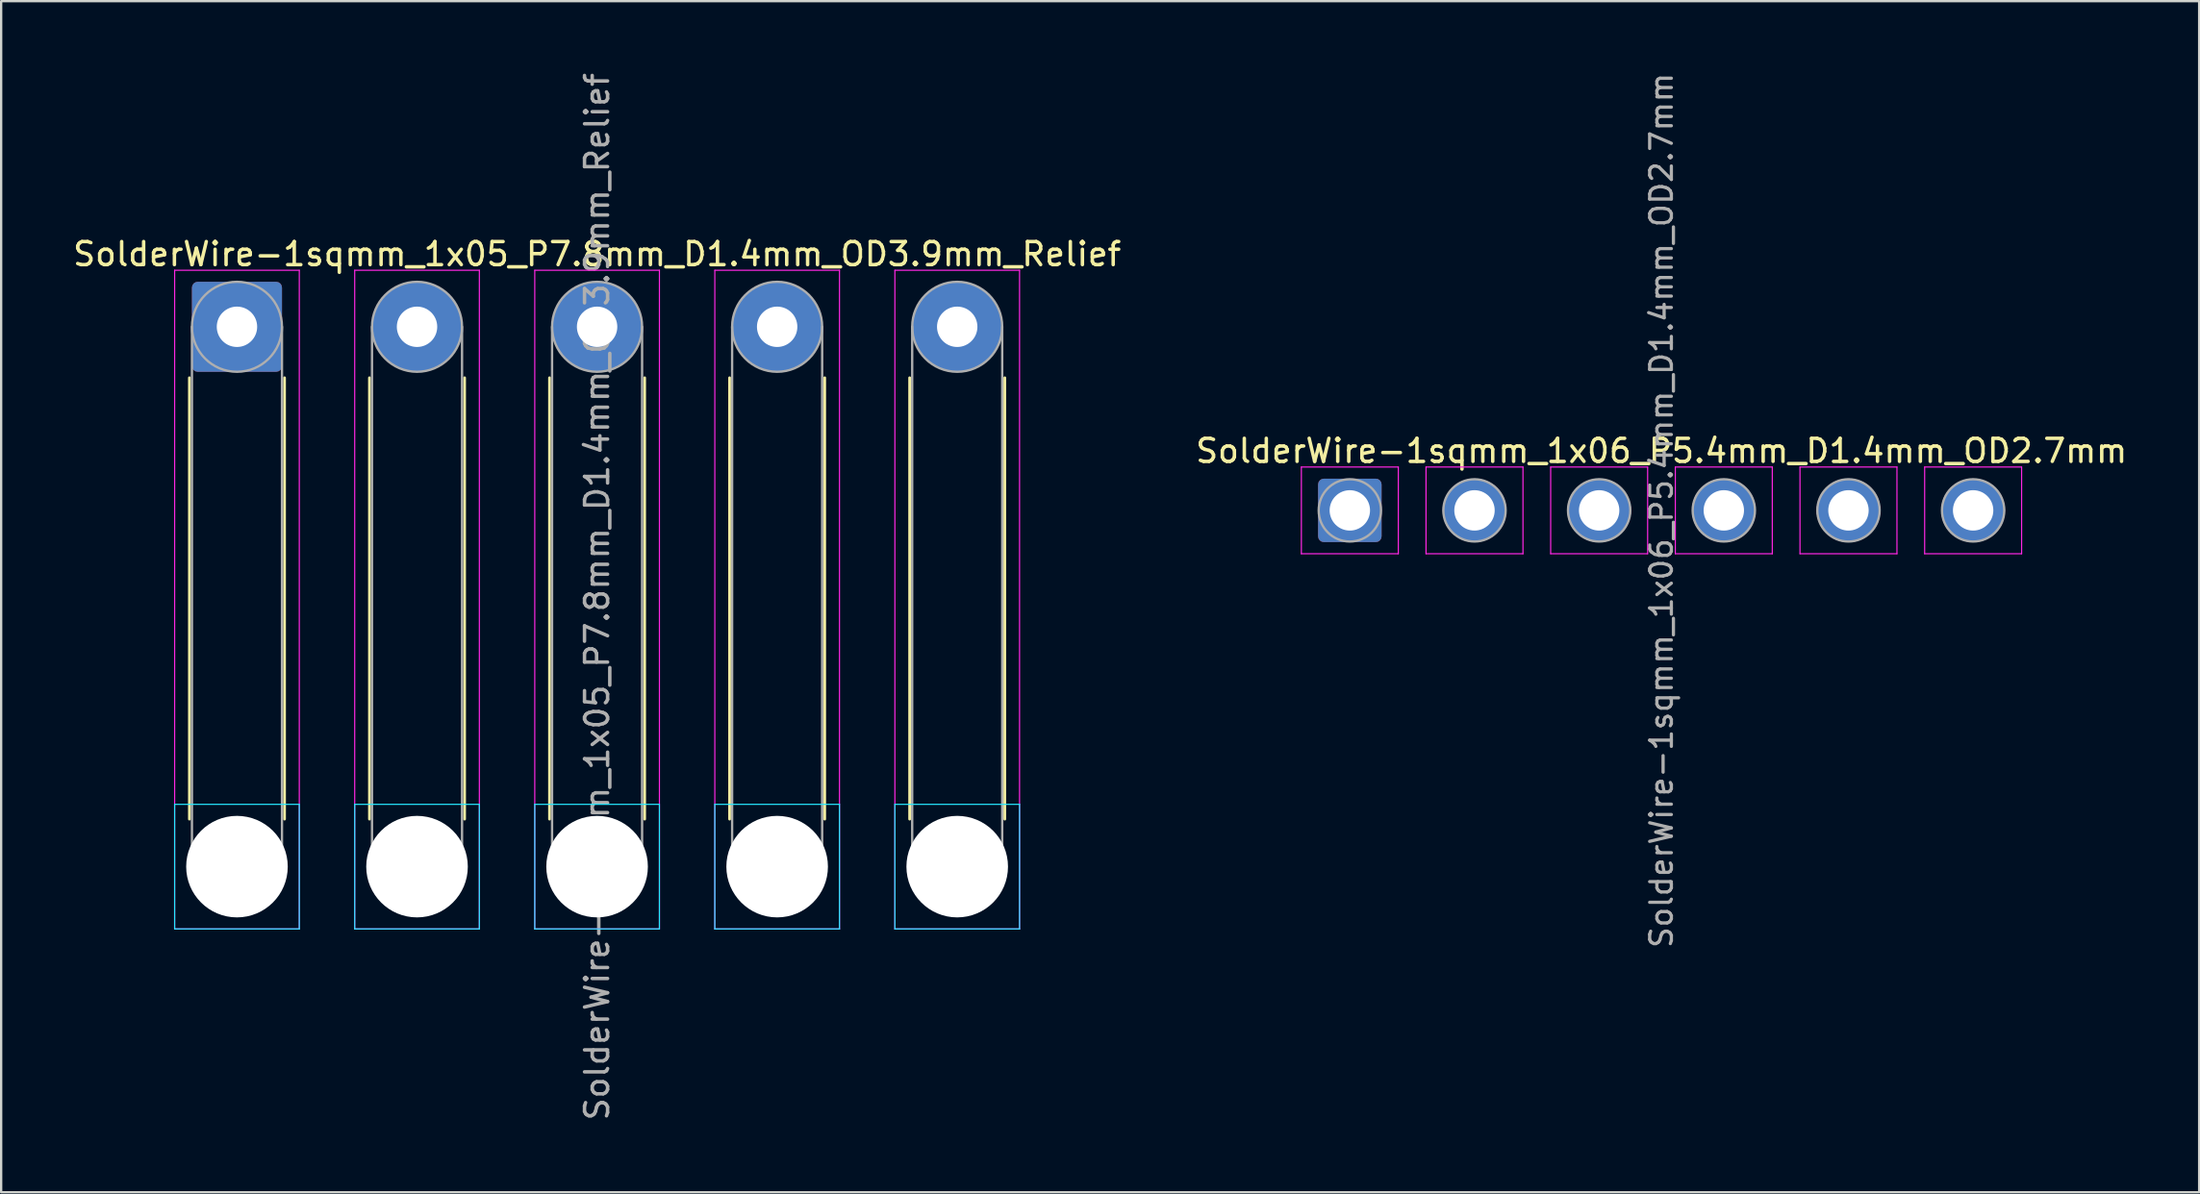
<source format=kicad_pcb>
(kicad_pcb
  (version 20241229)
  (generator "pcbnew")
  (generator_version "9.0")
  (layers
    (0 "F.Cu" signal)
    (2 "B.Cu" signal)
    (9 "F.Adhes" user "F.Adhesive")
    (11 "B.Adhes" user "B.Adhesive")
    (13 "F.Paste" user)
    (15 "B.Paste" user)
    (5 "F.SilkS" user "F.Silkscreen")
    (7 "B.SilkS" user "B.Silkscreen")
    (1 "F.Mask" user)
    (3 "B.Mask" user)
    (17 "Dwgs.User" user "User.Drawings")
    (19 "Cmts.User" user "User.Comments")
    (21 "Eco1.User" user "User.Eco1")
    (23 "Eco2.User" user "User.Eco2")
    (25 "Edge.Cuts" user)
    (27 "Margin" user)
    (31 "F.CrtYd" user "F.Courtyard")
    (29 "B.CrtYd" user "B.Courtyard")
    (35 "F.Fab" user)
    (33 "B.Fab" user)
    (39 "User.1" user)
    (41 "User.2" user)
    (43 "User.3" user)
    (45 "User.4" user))
  (footprint "SolderWire-1sqmm_1x05_P7.8mm_D1.4mm_OD3.9mm_Relief"
    (layer "F.Cu")
    (at 7.215 11.115)
    (property "Reference" "SolderWire-1sqmm_1x05_P7.8mm_D1.4mm_OD3.9mm_Relief" (at 15.6 -3.15 0) (layer "F.SilkS") (effects (font (size 1 1) (thickness 0.15))))
    (attr exclude_from_pos_files exclude_from_bom)
    (fp_line (start -2.06 2.21) (end -2.06 21.34) (stroke (width 0.12) (type solid)) (layer "F.SilkS"))
    (fp_line (start 2.06 2.21) (end 2.06 21.34) (stroke (width 0.12) (type solid)) (layer "F.SilkS"))
    (fp_line (start 5.74 2.21) (end 5.74 21.34) (stroke (width 0.12) (type solid)) (layer "F.SilkS"))
    (fp_line (start 9.86 2.21) (end 9.86 21.34) (stroke (width 0.12) (type solid)) (layer "F.SilkS"))
    (fp_line (start 13.54 2.21) (end 13.54 21.34) (stroke (width 0.12) (type solid)) (layer "F.SilkS"))
    (fp_line (start 17.66 2.21) (end 17.66 21.34) (stroke (width 0.12) (type solid)) (layer "F.SilkS"))
    (fp_line (start 21.34 2.21) (end 21.34 21.34) (stroke (width 0.12) (type solid)) (layer "F.SilkS"))
    (fp_line (start 25.46 2.21) (end 25.46 21.34) (stroke (width 0.12) (type solid)) (layer "F.SilkS"))
    (fp_line (start 29.14 2.21) (end 29.14 21.34) (stroke (width 0.12) (type solid)) (layer "F.SilkS"))
    (fp_line (start 33.26 2.21) (end 33.26 21.34) (stroke (width 0.12) (type solid)) (layer "F.SilkS"))
    (fp_line (start -2.7 20.7) (end -2.7 26.1) (stroke (width 0.05) (type solid)) (layer "B.CrtYd"))
    (fp_line (start -2.7 26.1) (end 2.7 26.1) (stroke (width 0.05) (type solid)) (layer "B.CrtYd"))
    (fp_line (start 2.7 20.7) (end -2.7 20.7) (stroke (width 0.05) (type solid)) (layer "B.CrtYd"))
    (fp_line (start 2.7 26.1) (end 2.7 20.7) (stroke (width 0.05) (type solid)) (layer "B.CrtYd"))
    (fp_line (start 5.1 20.7) (end 5.1 26.1) (stroke (width 0.05) (type solid)) (layer "B.CrtYd"))
    (fp_line (start 5.1 26.1) (end 10.5 26.1) (stroke (width 0.05) (type solid)) (layer "B.CrtYd"))
    (fp_line (start 10.5 20.7) (end 5.1 20.7) (stroke (width 0.05) (type solid)) (layer "B.CrtYd"))
    (fp_line (start 10.5 26.1) (end 10.5 20.7) (stroke (width 0.05) (type solid)) (layer "B.CrtYd"))
    (fp_line (start 12.9 20.7) (end 12.9 26.1) (stroke (width 0.05) (type solid)) (layer "B.CrtYd"))
    (fp_line (start 12.9 26.1) (end 18.3 26.1) (stroke (width 0.05) (type solid)) (layer "B.CrtYd"))
    (fp_line (start 18.3 20.7) (end 12.9 20.7) (stroke (width 0.05) (type solid)) (layer "B.CrtYd"))
    (fp_line (start 18.3 26.1) (end 18.3 20.7) (stroke (width 0.05) (type solid)) (layer "B.CrtYd"))
    (fp_line (start 20.7 20.7) (end 20.7 26.1) (stroke (width 0.05) (type solid)) (layer "B.CrtYd"))
    (fp_line (start 20.7 26.1) (end 26.1 26.1) (stroke (width 0.05) (type solid)) (layer "B.CrtYd"))
    (fp_line (start 26.1 20.7) (end 20.7 20.7) (stroke (width 0.05) (type solid)) (layer "B.CrtYd"))
    (fp_line (start 26.1 26.1) (end 26.1 20.7) (stroke (width 0.05) (type solid)) (layer "B.CrtYd"))
    (fp_line (start 28.5 20.7) (end 28.5 26.1) (stroke (width 0.05) (type solid)) (layer "B.CrtYd"))
    (fp_line (start 28.5 26.1) (end 33.9 26.1) (stroke (width 0.05) (type solid)) (layer "B.CrtYd"))
    (fp_line (start 33.9 20.7) (end 28.5 20.7) (stroke (width 0.05) (type solid)) (layer "B.CrtYd"))
    (fp_line (start 33.9 26.1) (end 33.9 20.7) (stroke (width 0.05) (type solid)) (layer "B.CrtYd"))
    (fp_line (start -2.7 -2.45) (end -2.7 26.1) (stroke (width 0.05) (type solid)) (layer "F.CrtYd"))
    (fp_line (start -2.7 26.1) (end 2.7 26.1) (stroke (width 0.05) (type solid)) (layer "F.CrtYd"))
    (fp_line (start 2.7 -2.45) (end -2.7 -2.45) (stroke (width 0.05) (type solid)) (layer "F.CrtYd"))
    (fp_line (start 2.7 26.1) (end 2.7 -2.45) (stroke (width 0.05) (type solid)) (layer "F.CrtYd"))
    (fp_line (start 5.1 -2.45) (end 5.1 26.1) (stroke (width 0.05) (type solid)) (layer "F.CrtYd"))
    (fp_line (start 5.1 26.1) (end 10.5 26.1) (stroke (width 0.05) (type solid)) (layer "F.CrtYd"))
    (fp_line (start 10.5 -2.45) (end 5.1 -2.45) (stroke (width 0.05) (type solid)) (layer "F.CrtYd"))
    (fp_line (start 10.5 26.1) (end 10.5 -2.45) (stroke (width 0.05) (type solid)) (layer "F.CrtYd"))
    (fp_line (start 12.9 -2.45) (end 12.9 26.1) (stroke (width 0.05) (type solid)) (layer "F.CrtYd"))
    (fp_line (start 12.9 26.1) (end 18.3 26.1) (stroke (width 0.05) (type solid)) (layer "F.CrtYd"))
    (fp_line (start 18.3 -2.45) (end 12.9 -2.45) (stroke (width 0.05) (type solid)) (layer "F.CrtYd"))
    (fp_line (start 18.3 26.1) (end 18.3 -2.45) (stroke (width 0.05) (type solid)) (layer "F.CrtYd"))
    (fp_line (start 20.7 -2.45) (end 20.7 26.1) (stroke (width 0.05) (type solid)) (layer "F.CrtYd"))
    (fp_line (start 20.7 26.1) (end 26.1 26.1) (stroke (width 0.05) (type solid)) (layer "F.CrtYd"))
    (fp_line (start 26.1 -2.45) (end 20.7 -2.45) (stroke (width 0.05) (type solid)) (layer "F.CrtYd"))
    (fp_line (start 26.1 26.1) (end 26.1 -2.45) (stroke (width 0.05) (type solid)) (layer "F.CrtYd"))
    (fp_line (start 28.5 -2.45) (end 28.5 26.1) (stroke (width 0.05) (type solid)) (layer "F.CrtYd"))
    (fp_line (start 28.5 26.1) (end 33.9 26.1) (stroke (width 0.05) (type solid)) (layer "F.CrtYd"))
    (fp_line (start 33.9 -2.45) (end 28.5 -2.45) (stroke (width 0.05) (type solid)) (layer "F.CrtYd"))
    (fp_line (start 33.9 26.1) (end 33.9 -2.45) (stroke (width 0.05) (type solid)) (layer "F.CrtYd"))
    (fp_line (start -1.95 0) (end -1.95 23.4) (stroke (width 0.1) (type solid)) (layer "F.Fab"))
    (fp_line (start 1.95 0) (end 1.95 23.4) (stroke (width 0.1) (type solid)) (layer "F.Fab"))
    (fp_line (start 5.85 0) (end 5.85 23.4) (stroke (width 0.1) (type solid)) (layer "F.Fab"))
    (fp_line (start 9.75 0) (end 9.75 23.4) (stroke (width 0.1) (type solid)) (layer "F.Fab"))
    (fp_line (start 13.65 0) (end 13.65 23.4) (stroke (width 0.1) (type solid)) (layer "F.Fab"))
    (fp_line (start 17.55 0) (end 17.55 23.4) (stroke (width 0.1) (type solid)) (layer "F.Fab"))
    (fp_line (start 21.45 0) (end 21.45 23.4) (stroke (width 0.1) (type solid)) (layer "F.Fab"))
    (fp_line (start 25.35 0) (end 25.35 23.4) (stroke (width 0.1) (type solid)) (layer "F.Fab"))
    (fp_line (start 29.25 0) (end 29.25 23.4) (stroke (width 0.1) (type solid)) (layer "F.Fab"))
    (fp_line (start 33.15 0) (end 33.15 23.4) (stroke (width 0.1) (type solid)) (layer "F.Fab"))
    (fp_circle (center 0 0) (end 1.95 0) (stroke (width 0.1) (type solid)) (fill no) (layer "F.Fab"))
    (fp_circle (center 0 23.4) (end 1.95 23.4) (stroke (width 0.1) (type solid)) (fill no) (layer "F.Fab"))
    (fp_circle (center 7.8 0) (end 9.75 0) (stroke (width 0.1) (type solid)) (fill no) (layer "F.Fab"))
    (fp_circle (center 7.8 23.4) (end 9.75 23.4) (stroke (width 0.1) (type solid)) (fill no) (layer "F.Fab"))
    (fp_circle (center 15.6 0) (end 17.55 0) (stroke (width 0.1) (type solid)) (fill no) (layer "F.Fab"))
    (fp_circle (center 15.6 23.4) (end 17.55 23.4) (stroke (width 0.1) (type solid)) (fill no) (layer "F.Fab"))
    (fp_circle (center 23.4 0) (end 25.35 0) (stroke (width 0.1) (type solid)) (fill no) (layer "F.Fab"))
    (fp_circle (center 23.4 23.4) (end 25.35 23.4) (stroke (width 0.1) (type solid)) (fill no) (layer "F.Fab"))
    (fp_circle (center 31.2 0) (end 33.15 0) (stroke (width 0.1) (type solid)) (fill no) (layer "F.Fab"))
    (fp_circle (center 31.2 23.4) (end 33.15 23.4) (stroke (width 0.1) (type solid)) (fill no) (layer "F.Fab"))
    (fp_text user "${REFERENCE}" (at 15.6 11.7 90) (layer "F.Fab") (effects (font (size 1 1) (thickness 0.15))))
    (pad "" np_thru_hole circle (at 0 23.4) (size 4.4 4.4) (drill 4.4) (layers "*.Cu" "*.Mask"))
    (pad "" np_thru_hole circle (at 7.8 23.4) (size 4.4 4.4) (drill 4.4) (layers "*.Cu" "*.Mask"))
    (pad "" np_thru_hole circle (at 15.6 23.4) (size 4.4 4.4) (drill 4.4) (layers "*.Cu" "*.Mask"))
    (pad "" np_thru_hole circle (at 23.4 23.4) (size 4.4 4.4) (drill 4.4) (layers "*.Cu" "*.Mask"))
    (pad "" np_thru_hole circle (at 31.2 23.4) (size 4.4 4.4) (drill 4.4) (layers "*.Cu" "*.Mask"))
    (pad "1" thru_hole roundrect (at 0 0) (size 3.9 3.9) (drill 1.75) (layers "*.Cu" "*.Mask") (roundrect_rratio 0.064))
    (pad "2" thru_hole circle (at 7.8 0) (size 3.9 3.9) (drill 1.75) (layers "*.Cu" "*.Mask"))
    (pad "3" thru_hole circle (at 15.6 0) (size 3.9 3.9) (drill 1.75) (layers "*.Cu" "*.Mask"))
    (pad "4" thru_hole circle (at 23.4 0) (size 3.9 3.9) (drill 1.75) (layers "*.Cu" "*.Mask"))
    (pad "5" thru_hole circle (at 31.2 0) (size 3.9 3.9) (drill 1.75) (layers "*.Cu" "*.Mask")))
  (footprint "SolderWire-1sqmm_1x06_P5.4mm_D1.4mm_OD2.7mm"
    (layer "F.Cu")
    (at 55.423 19.073)
    (property "Reference" "SolderWire-1sqmm_1x06_P5.4mm_D1.4mm_OD2.7mm" (at 13.5 -2.58 0) (layer "F.SilkS") (effects (font (size 1 1) (thickness 0.15))))
    (attr exclude_from_pos_files exclude_from_bom)
    (fp_line (start -2.1 -1.88) (end -2.1 1.88) (stroke (width 0.05) (type solid)) (layer "F.CrtYd"))
    (fp_line (start -2.1 1.88) (end 2.1 1.88) (stroke (width 0.05) (type solid)) (layer "F.CrtYd"))
    (fp_line (start 2.1 -1.88) (end -2.1 -1.88) (stroke (width 0.05) (type solid)) (layer "F.CrtYd"))
    (fp_line (start 2.1 1.88) (end 2.1 -1.88) (stroke (width 0.05) (type solid)) (layer "F.CrtYd"))
    (fp_line (start 3.3 -1.88) (end 3.3 1.88) (stroke (width 0.05) (type solid)) (layer "F.CrtYd"))
    (fp_line (start 3.3 1.88) (end 7.5 1.88) (stroke (width 0.05) (type solid)) (layer "F.CrtYd"))
    (fp_line (start 7.5 -1.88) (end 3.3 -1.88) (stroke (width 0.05) (type solid)) (layer "F.CrtYd"))
    (fp_line (start 7.5 1.88) (end 7.5 -1.88) (stroke (width 0.05) (type solid)) (layer "F.CrtYd"))
    (fp_line (start 8.7 -1.88) (end 8.7 1.88) (stroke (width 0.05) (type solid)) (layer "F.CrtYd"))
    (fp_line (start 8.7 1.88) (end 12.9 1.88) (stroke (width 0.05) (type solid)) (layer "F.CrtYd"))
    (fp_line (start 12.9 -1.88) (end 8.7 -1.88) (stroke (width 0.05) (type solid)) (layer "F.CrtYd"))
    (fp_line (start 12.9 1.88) (end 12.9 -1.88) (stroke (width 0.05) (type solid)) (layer "F.CrtYd"))
    (fp_line (start 14.1 -1.88) (end 14.1 1.88) (stroke (width 0.05) (type solid)) (layer "F.CrtYd"))
    (fp_line (start 14.1 1.88) (end 18.3 1.88) (stroke (width 0.05) (type solid)) (layer "F.CrtYd"))
    (fp_line (start 18.3 -1.88) (end 14.1 -1.88) (stroke (width 0.05) (type solid)) (layer "F.CrtYd"))
    (fp_line (start 18.3 1.88) (end 18.3 -1.88) (stroke (width 0.05) (type solid)) (layer "F.CrtYd"))
    (fp_line (start 19.5 -1.88) (end 19.5 1.88) (stroke (width 0.05) (type solid)) (layer "F.CrtYd"))
    (fp_line (start 19.5 1.88) (end 23.7 1.88) (stroke (width 0.05) (type solid)) (layer "F.CrtYd"))
    (fp_line (start 23.7 -1.88) (end 19.5 -1.88) (stroke (width 0.05) (type solid)) (layer "F.CrtYd"))
    (fp_line (start 23.7 1.88) (end 23.7 -1.88) (stroke (width 0.05) (type solid)) (layer "F.CrtYd"))
    (fp_line (start 24.9 -1.88) (end 24.9 1.88) (stroke (width 0.05) (type solid)) (layer "F.CrtYd"))
    (fp_line (start 24.9 1.88) (end 29.1 1.88) (stroke (width 0.05) (type solid)) (layer "F.CrtYd"))
    (fp_line (start 29.1 -1.88) (end 24.9 -1.88) (stroke (width 0.05) (type solid)) (layer "F.CrtYd"))
    (fp_line (start 29.1 1.88) (end 29.1 -1.88) (stroke (width 0.05) (type solid)) (layer "F.CrtYd"))
    (fp_circle (center 0 0) (end 1.35 0) (stroke (width 0.1) (type solid)) (fill no) (layer "F.Fab"))
    (fp_circle (center 5.4 0) (end 6.75 0) (stroke (width 0.1) (type solid)) (fill no) (layer "F.Fab"))
    (fp_circle (center 10.8 0) (end 12.15 0) (stroke (width 0.1) (type solid)) (fill no) (layer "F.Fab"))
    (fp_circle (center 16.2 0) (end 17.55 0) (stroke (width 0.1) (type solid)) (fill no) (layer "F.Fab"))
    (fp_circle (center 21.6 0) (end 22.95 0) (stroke (width 0.1) (type solid)) (fill no) (layer "F.Fab"))
    (fp_circle (center 27 0) (end 28.35 0) (stroke (width 0.1) (type solid)) (fill no) (layer "F.Fab"))
    (fp_text user "${REFERENCE}" (at 13.5 0 90) (layer "F.Fab") (effects (font (size 0.94 0.94) (thickness 0.14))))
    (pad "1" thru_hole roundrect (at 0 0) (size 2.75 2.75) (drill 1.75) (layers "*.Cu" "*.Mask") (roundrect_rratio 0.091))
    (pad "2" thru_hole circle (at 5.4 0) (size 2.75 2.75) (drill 1.75) (layers "*.Cu" "*.Mask"))
    (pad "3" thru_hole circle (at 10.8 0) (size 2.75 2.75) (drill 1.75) (layers "*.Cu" "*.Mask"))
    (pad "4" thru_hole circle (at 16.2 0) (size 2.75 2.75) (drill 1.75) (layers "*.Cu" "*.Mask"))
    (pad "5" thru_hole circle (at 21.6 0) (size 2.75 2.75) (drill 1.75) (layers "*.Cu" "*.Mask"))
    (pad "6" thru_hole circle (at 27 0) (size 2.75 2.75) (drill 1.75) (layers "*.Cu" "*.Mask")))
  (gr_rect
    (start -3 -3)
    (end 92.214 48.631)
    (stroke (width 0.1) (type default))
    (fill no)
    (layer "Edge.Cuts")))
</source>
